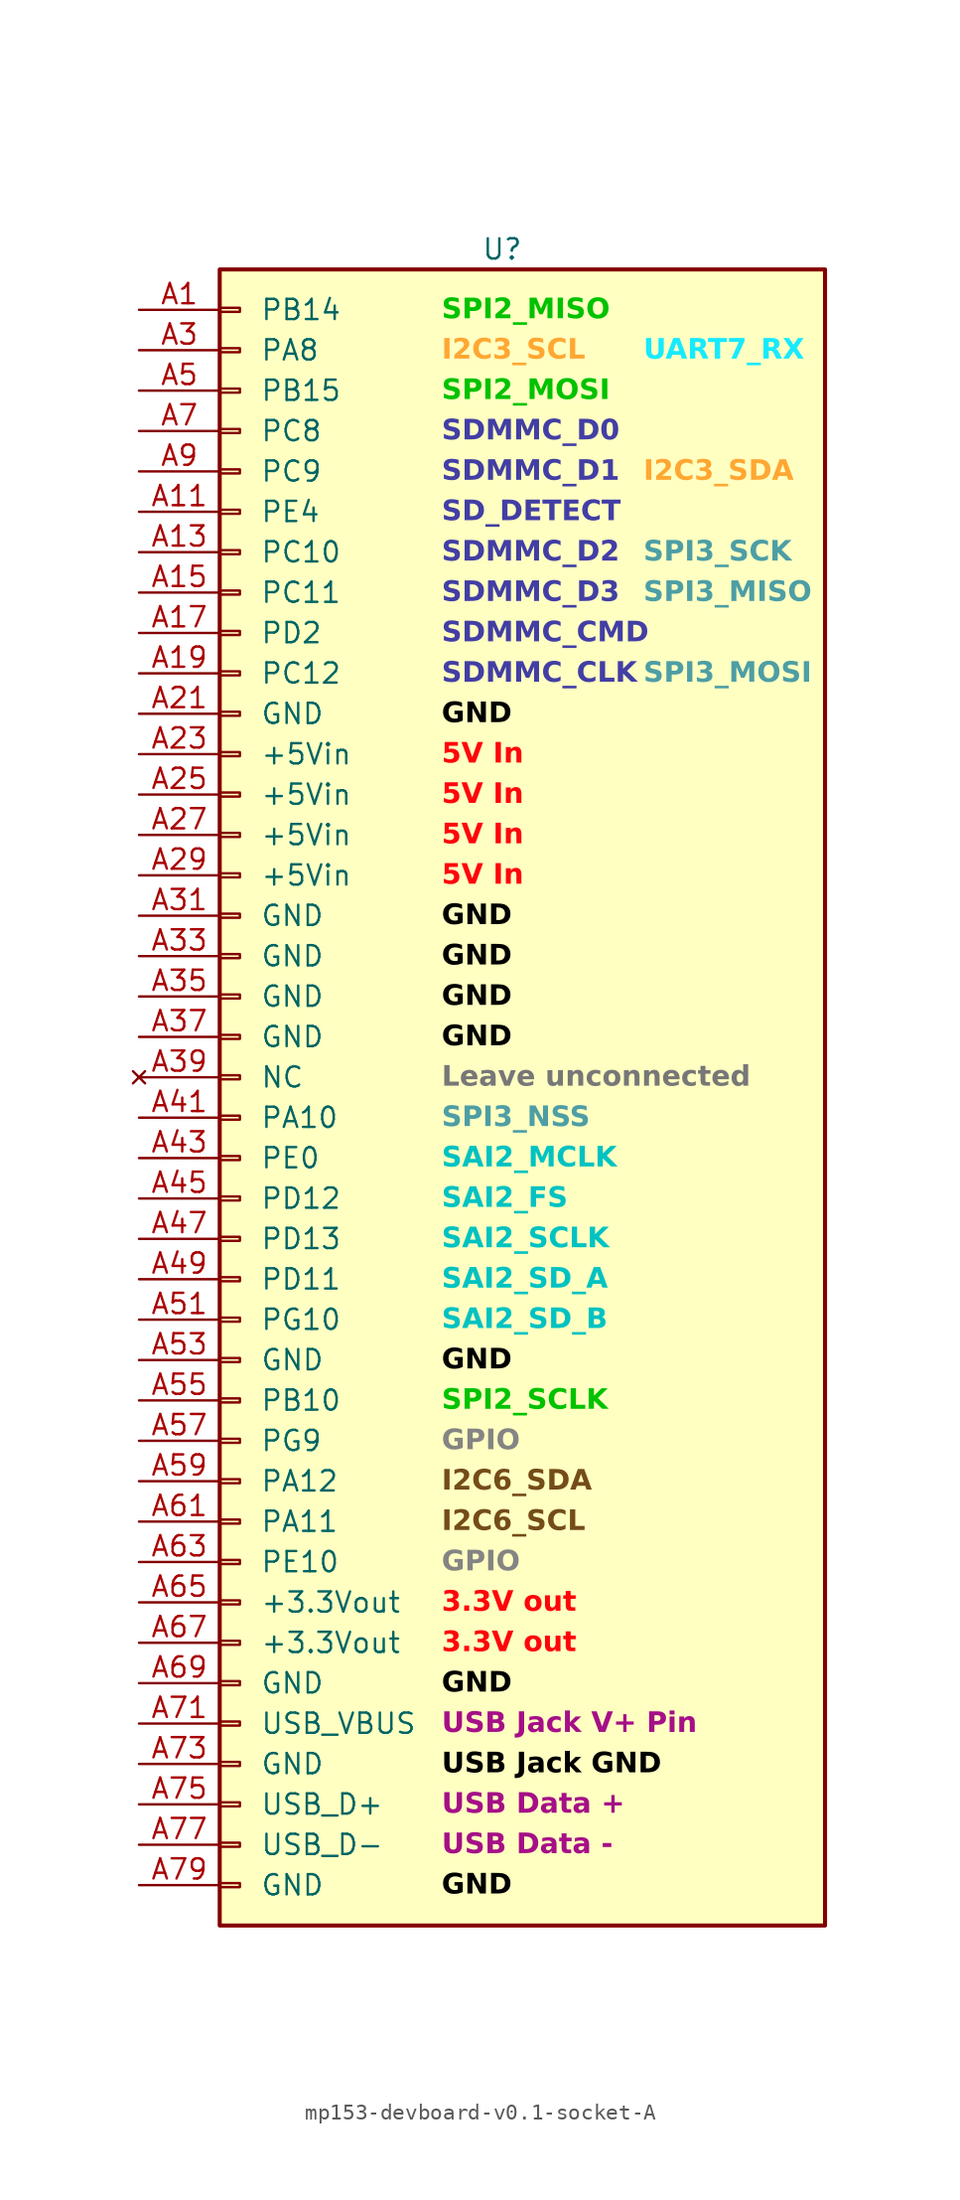
<source format=kicad_sym>
(kicad_symbol_lib
  (version 20241209)
  (generator "kicad_symbol_editor")
  (generator_version "9.0")
  (symbol "mp153-devboard-v0.1-socket-A"
    (pin_names
      (offset 2.54))
    (property "Reference" "U"
      (at -1.27 53.34 0)
      (effects (font (size 1.27 1.27))))
    (property "Value" ""
      (at 0 0 0)
      (effects (font (size 1.27 1.27))))
    (symbol "mp153-devboard-v0.1-socket-A_1_1"
      (rectangle (start -19.05 52.07) (end 19.05 -52.07) (stroke (width 0.254) (type default)) (fill (type background)))
      (rectangle (start -19.05 49.657) (end -17.78 49.403) (stroke (width 0.152) (type default)) (fill (type none)))
      (rectangle (start -19.05 47.117) (end -17.78 46.863) (stroke (width 0.152) (type default)) (fill (type none)))
      (rectangle (start -19.05 44.577) (end -17.78 44.323) (stroke (width 0.152) (type default)) (fill (type none)))
      (rectangle (start -19.05 42.037) (end -17.78 41.783) (stroke (width 0.152) (type default)) (fill (type none)))
      (rectangle (start -19.05 39.497) (end -17.78 39.243) (stroke (width 0.152) (type default)) (fill (type none)))
      (rectangle (start -19.05 36.957) (end -17.78 36.703) (stroke (width 0.152) (type default)) (fill (type none)))
      (rectangle (start -19.05 34.417) (end -17.78 34.163) (stroke (width 0.152) (type default)) (fill (type none)))
      (rectangle (start -19.05 31.877) (end -17.78 31.623) (stroke (width 0.152) (type default)) (fill (type none)))
      (rectangle (start -19.05 29.337) (end -17.78 29.083) (stroke (width 0.152) (type default)) (fill (type none)))
      (rectangle (start -19.05 26.797) (end -17.78 26.543) (stroke (width 0.152) (type default)) (fill (type none)))
      (rectangle (start -19.05 24.257) (end -17.78 24.003) (stroke (width 0.152) (type default)) (fill (type none)))
      (rectangle (start -19.05 21.717) (end -17.78 21.463) (stroke (width 0.152) (type default)) (fill (type none)))
      (rectangle (start -19.05 19.177) (end -17.78 18.923) (stroke (width 0.152) (type default)) (fill (type none)))
      (rectangle (start -19.05 16.637) (end -17.78 16.383) (stroke (width 0.152) (type default)) (fill (type none)))
      (rectangle (start -19.05 14.097) (end -17.78 13.843) (stroke (width 0.152) (type default)) (fill (type none)))
      (rectangle (start -19.05 11.557) (end -17.78 11.303) (stroke (width 0.152) (type default)) (fill (type none)))
      (rectangle (start -19.05 9.017) (end -17.78 8.763) (stroke (width 0.152) (type default)) (fill (type none)))
      (rectangle (start -19.05 6.477) (end -17.78 6.223) (stroke (width 0.152) (type default)) (fill (type none)))
      (rectangle (start -19.05 3.937) (end -17.78 3.683) (stroke (width 0.152) (type default)) (fill (type none)))
      (rectangle (start -19.05 1.397) (end -17.78 1.143) (stroke (width 0.152) (type default)) (fill (type none)))
      (rectangle (start -19.05 -1.143) (end -17.78 -1.397) (stroke (width 0.152) (type default)) (fill (type none)))
      (rectangle (start -19.05 -3.683) (end -17.78 -3.937) (stroke (width 0.152) (type default)) (fill (type none)))
      (rectangle (start -19.05 -6.223) (end -17.78 -6.477) (stroke (width 0.152) (type default)) (fill (type none)))
      (rectangle (start -19.05 -8.763) (end -17.78 -9.017) (stroke (width 0.152) (type default)) (fill (type none)))
      (rectangle (start -19.05 -11.303) (end -17.78 -11.557) (stroke (width 0.152) (type default)) (fill (type none)))
      (rectangle (start -19.05 -13.843) (end -17.78 -14.097) (stroke (width 0.152) (type default)) (fill (type none)))
      (rectangle (start -19.05 -16.383) (end -17.78 -16.637) (stroke (width 0.152) (type default)) (fill (type none)))
      (rectangle (start -19.05 -18.923) (end -17.78 -19.177) (stroke (width 0.152) (type default)) (fill (type none)))
      (rectangle (start -19.05 -21.463) (end -17.78 -21.717) (stroke (width 0.152) (type default)) (fill (type none)))
      (rectangle (start -19.05 -24.003) (end -17.78 -24.257) (stroke (width 0.152) (type default)) (fill (type none)))
      (rectangle (start -19.05 -26.543) (end -17.78 -26.797) (stroke (width 0.152) (type default)) (fill (type none)))
      (rectangle (start -19.05 -29.083) (end -17.78 -29.337) (stroke (width 0.152) (type default)) (fill (type none)))
      (rectangle (start -19.05 -31.623) (end -17.78 -31.877) (stroke (width 0.152) (type default)) (fill (type none)))
      (rectangle (start -19.05 -34.163) (end -17.78 -34.417) (stroke (width 0.152) (type default)) (fill (type none)))
      (rectangle (start -19.05 -36.703) (end -17.78 -36.957) (stroke (width 0.152) (type default)) (fill (type none)))
      (rectangle (start -19.05 -39.243) (end -17.78 -39.497) (stroke (width 0.152) (type default)) (fill (type none)))
      (rectangle (start -19.05 -41.783) (end -17.78 -42.037) (stroke (width 0.152) (type default)) (fill (type none)))
      (rectangle (start -19.05 -44.323) (end -17.78 -44.577) (stroke (width 0.152) (type default)) (fill (type none)))
      (rectangle (start -19.05 -46.863) (end -17.78 -47.117) (stroke (width 0.152) (type default)) (fill (type none)))
      (rectangle (start -19.05 -49.403) (end -17.78 -49.657) (stroke (width 0.152) (type default)) (fill (type none)))
      (text "SPI2_MISO" (at -5.08 49.53 0) (effects (font (face "Arial") (size 1.27 1.27) (bold yes) (color 0 194 0 1)) (justify left)))
      (text "I2C3_SCL" (at -5.08 46.99 0) (effects (font (face "Arial") (size 1.27 1.27) (bold yes) (color 255 167 50 1)) (justify left)))
      (text "SPI2_MOSI" (at -5.08 44.45 0) (effects (font (face "Arial") (size 1.27 1.27) (bold yes) (color 0 194 0 1)) (justify left)))
      (text "SDMMC_D0" (at -5.08 41.91 0) (effects (font (face "Arial") (size 1.27 1.27) (bold yes) (color 66 62 165 1)) (justify left)))
      (text "SDMMC_D1" (at -5.08 39.37 0) (effects (font (face "Arial") (size 1.27 1.27) (bold yes) (color 66 62 165 1)) (justify left)))
      (text "SD_DETECT" (at -5.08 36.83 0) (effects (font (face "Arial") (size 1.27 1.27) (bold yes) (color 66 62 165 1)) (justify left)))
      (text "SDMMC_D2" (at -5.08 34.29 0) (effects (font (face "Arial") (size 1.27 1.27) (bold yes) (color 66 62 165 1)) (justify left)))
      (text "SDMMC_D3" (at -5.08 31.75 0) (effects (font (face "Arial") (size 1.27 1.27) (bold yes) (color 66 62 165 1)) (justify left)))
      (text "SDMMC_CMD" (at -5.08 29.21 0) (effects (font (face "Arial") (size 1.27 1.27) (bold yes) (color 66 62 165 1)) (justify left)))
      (text "SDMMC_CLK" (at -5.08 26.67 0) (effects (font (face "Arial") (size 1.27 1.27) (bold yes) (color 66 62 165 1)) (justify left)))
      (text "GND" (at -5.08 24.13 0) (effects (font (face "Arial") (size 1.27 1.27) (bold yes) (color 0 0 0 1)) (justify left)))
      (text "5V In" (at -5.08 21.59 0) (effects (font (face "Arial") (size 1.27 1.27) (bold yes) (color 255 4 11 1)) (justify left)))
      (text "5V In" (at -5.08 19.05 0) (effects (font (face "Arial") (size 1.27 1.27) (bold yes) (color 255 4 11 1)) (justify left)))
      (text "5V In" (at -5.08 16.51 0) (effects (font (face "Arial") (size 1.27 1.27) (bold yes) (color 255 4 11 1)) (justify left)))
      (text "5V In" (at -5.08 13.97 0) (effects (font (face "Arial") (size 1.27 1.27) (bold yes) (color 255 4 11 1)) (justify left)))
      (text "GND" (at -5.08 11.43 0) (effects (font (face "Arial") (size 1.27 1.27) (bold yes) (color 0 0 0 1)) (justify left)))
      (text "GND" (at -5.08 8.89 0) (effects (font (face "Arial") (size 1.27 1.27) (bold yes) (color 0 0 0 1)) (justify left)))
      (text "GND" (at -5.08 6.35 0) (effects (font (face "Arial") (size 1.27 1.27) (bold yes) (color 0 0 0 1)) (justify left)))
      (text "GND" (at -5.08 3.81 0) (effects (font (face "Arial") (size 1.27 1.27) (bold yes) (color 0 0 0 1)) (justify left)))
      (text "Leave unconnected" (at -5.08 1.27 0) (effects (font (face "Arial") (size 1.27 1.27) (bold yes) (color 119 119 119 1)) (justify left)))
      (text "SPI3_NSS" (at -5.08 -1.27 0) (effects (font (face "Arial") (size 1.27 1.27) (bold yes) (color 77 158 165 1)) (justify left)))
      (text "SAI2_MCLK" (at -5.08 -3.81 0) (effects (font (face "Arial") (size 1.27 1.27) (bold yes) (color 0 194 194 1)) (justify left)))
      (text "SAI2_FS" (at -5.08 -6.35 0) (effects (font (face "Arial") (size 1.27 1.27) (bold yes) (color 0 194 194 1)) (justify left)))
      (text "SAI2_SCLK" (at -5.08 -8.89 0) (effects (font (face "Arial") (size 1.27 1.27) (bold yes) (color 0 194 194 1)) (justify left)))
      (text "SAI2_SD_A" (at -5.08 -11.43 0) (effects (font (face "Arial") (size 1.27 1.27) (bold yes) (color 0 194 194 1)) (justify left)))
      (text "SAI2_SD_B" (at -5.08 -13.97 0) (effects (font (face "Arial") (size 1.27 1.27) (bold yes) (color 0 194 194 1)) (justify left)))
      (text "GND" (at -5.08 -16.51 0) (effects (font (face "Arial") (size 1.27 1.27) (bold yes) (color 0 0 0 1)) (justify left)))
      (text "SPI2_SCLK" (at -5.08 -19.05 0) (effects (font (face "Arial") (size 1.27 1.27) (bold yes) (color 0 194 0 1)) (justify left)))
      (text "GPIO" (at -5.08 -21.59 0) (effects (font (face "Arial") (size 1.27 1.27) (bold yes) (color 132 132 132 1)) (justify left)))
      (text "I2C6_SDA" (at -5.08 -24.13 0) (effects (font (face "Arial") (size 1.27 1.27) (bold yes) (color 116 76 23 1)) (justify left)))
      (text "I2C6_SCL" (at -5.08 -26.67 0) (effects (font (face "Arial") (size 1.27 1.27) (bold yes) (color 116 76 23 1)) (justify left)))
      (text "GPIO" (at -5.08 -29.21 0) (effects (font (face "Arial") (size 1.27 1.27) (bold yes) (color 132 132 132 1)) (justify left)))
      (text "3.3V out" (at -5.08 -31.75 0) (effects (font (face "Arial") (size 1.27 1.27) (bold yes) (color 255 4 11 1)) (justify left)))
      (text "3.3V out" (at -5.08 -34.29 0) (effects (font (face "Arial") (size 1.27 1.27) (bold yes) (color 255 4 11 1)) (justify left)))
      (text "GND" (at -5.08 -36.83 0) (effects (font (face "Arial") (size 1.27 1.27) (bold yes) (color 0 0 0 1)) (justify left)))
      (text "USB Jack V+ Pin" (at -5.08 -39.37 0) (effects (font (face "Arial") (size 1.27 1.27) (bold yes) (color 165 15 135 1)) (justify left)))
      (text "USB Jack GND" (at -5.08 -41.91 0) (effects (font (face "Arial") (size 1.27 1.27) (bold yes) (color 0 0 0 1)) (justify left)))
      (text "USB Data +" (at -5.08 -44.45 0) (effects (font (face "Arial") (size 1.27 1.27) (bold yes) (color 165 15 135 1)) (justify left)))
      (text "USB Data -" (at -5.08 -46.99 0) (effects (font (face "Arial") (size 1.27 1.27) (bold yes) (color 165 15 135 1)) (justify left)))
      (text "GND" (at -5.08 -49.53 0) (effects (font (face "Arial") (size 1.27 1.27) (bold yes) (color 0 0 0 1)) (justify left)))
      (text "UART7_RX" (at 7.62 46.99 0) (effects (font (face "Arial") (size 1.27 1.27) (bold yes) (color 23 234 255 1)) (justify left)))
      (text "I2C3_SDA" (at 7.62 39.37 0) (effects (font (face "Arial") (size 1.27 1.27) (bold yes) (color 255 167 50 1)) (justify left)))
      (text "SPI3_SCK" (at 7.62 34.29 0) (effects (font (face "Arial") (size 1.27 1.27) (bold yes) (color 77 158 165 1)) (justify left)))
      (text "SPI3_MISO" (at 7.62 31.75 0) (effects (font (face "Arial") (size 1.27 1.27) (bold yes) (color 77 158 165 1)) (justify left)))
      (text "SPI3_MOSI" (at 7.62 26.67 0) (effects (font (face "Arial") (size 1.27 1.27) (bold yes) (color 77 158 165 1)) (justify left)))
      (pin passive line (at -24.13 49.53 0) (length 5.08) (name "PB14" (effects (font (size 1.27 1.27)))) (number "A1" (effects (font (size 1.27 1.27)))))
      (pin passive line (at -24.13 46.99 0) (length 5.08) (name "PA8" (effects (font (size 1.27 1.27)))) (number "A3" (effects (font (size 1.27 1.27)))))
      (pin passive line (at -24.13 44.45 0) (length 5.08) (name "PB15" (effects (font (size 1.27 1.27)))) (number "A5" (effects (font (size 1.27 1.27)))))
      (pin passive line (at -24.13 41.91 0) (length 5.08) (name "PC8" (effects (font (size 1.27 1.27)))) (number "A7" (effects (font (size 1.27 1.27)))))
      (pin passive line (at -24.13 39.37 0) (length 5.08) (name "PC9" (effects (font (size 1.27 1.27)))) (number "A9" (effects (font (size 1.27 1.27)))))
      (pin passive line (at -24.13 36.83 0) (length 5.08) (name "PE4" (effects (font (size 1.27 1.27)))) (number "A11" (effects (font (size 1.27 1.27)))))
      (pin passive line (at -24.13 34.29 0) (length 5.08) (name "PC10" (effects (font (size 1.27 1.27)))) (number "A13" (effects (font (size 1.27 1.27)))))
      (pin passive line (at -24.13 31.75 0) (length 5.08) (name "PC11" (effects (font (size 1.27 1.27)))) (number "A15" (effects (font (size 1.27 1.27)))))
      (pin passive line (at -24.13 29.21 0) (length 5.08) (name "PD2" (effects (font (size 1.27 1.27)))) (number "A17" (effects (font (size 1.27 1.27)))))
      (pin passive line (at -24.13 26.67 0) (length 5.08) (name "PC12" (effects (font (size 1.27 1.27)))) (number "A19" (effects (font (size 1.27 1.27)))))
      (pin passive line (at -24.13 24.13 0) (length 5.08) (name "GND" (effects (font (size 1.27 1.27)))) (number "A21" (effects (font (size 1.27 1.27)))))
      (pin passive line (at -24.13 21.59 0) (length 5.08) (name "+5Vin" (effects (font (size 1.27 1.27)))) (number "A23" (effects (font (size 1.27 1.27)))))
      (pin passive line (at -24.13 19.05 0) (length 5.08) (name "+5Vin" (effects (font (size 1.27 1.27)))) (number "A25" (effects (font (size 1.27 1.27)))))
      (pin passive line (at -24.13 16.51 0) (length 5.08) (name "+5Vin" (effects (font (size 1.27 1.27)))) (number "A27" (effects (font (size 1.27 1.27)))))
      (pin passive line (at -24.13 13.97 0) (length 5.08) (name "+5Vin" (effects (font (size 1.27 1.27)))) (number "A29" (effects (font (size 1.27 1.27)))))
      (pin passive line (at -24.13 11.43 0) (length 5.08) (name "GND" (effects (font (size 1.27 1.27)))) (number "A31" (effects (font (size 1.27 1.27)))))
      (pin passive line (at -24.13 8.89 0) (length 5.08) (name "GND" (effects (font (size 1.27 1.27)))) (number "A33" (effects (font (size 1.27 1.27)))))
      (pin passive line (at -24.13 6.35 0) (length 5.08) (name "GND" (effects (font (size 1.27 1.27)))) (number "A35" (effects (font (size 1.27 1.27)))))
      (pin passive line (at -24.13 3.81 0) (length 5.08) (name "GND" (effects (font (size 1.27 1.27)))) (number "A37" (effects (font (size 1.27 1.27)))))
      (pin no_connect line (at -24.13 1.27 0) (length 5.08) (name "NC" (effects (font (size 1.27 1.27)))) (number "A39" (effects (font (size 1.27 1.27)))))
      (pin passive line (at -24.13 -1.27 0) (length 5.08) (name "PA10" (effects (font (size 1.27 1.27)))) (number "A41" (effects (font (size 1.27 1.27)))))
      (pin passive line (at -24.13 -3.81 0) (length 5.08) (name "PE0" (effects (font (size 1.27 1.27)))) (number "A43" (effects (font (size 1.27 1.27)))))
      (pin passive line (at -24.13 -6.35 0) (length 5.08) (name "PD12" (effects (font (size 1.27 1.27)))) (number "A45" (effects (font (size 1.27 1.27)))))
      (pin passive line (at -24.13 -8.89 0) (length 5.08) (name "PD13" (effects (font (size 1.27 1.27)))) (number "A47" (effects (font (size 1.27 1.27)))))
      (pin passive line (at -24.13 -11.43 0) (length 5.08) (name "PD11" (effects (font (size 1.27 1.27)))) (number "A49" (effects (font (size 1.27 1.27)))))
      (pin passive line (at -24.13 -13.97 0) (length 5.08) (name "PG10" (effects (font (size 1.27 1.27)))) (number "A51" (effects (font (size 1.27 1.27)))))
      (pin passive line (at -24.13 -16.51 0) (length 5.08) (name "GND" (effects (font (size 1.27 1.27)))) (number "A53" (effects (font (size 1.27 1.27)))))
      (pin passive line (at -24.13 -19.05 0) (length 5.08) (name "PB10" (effects (font (size 1.27 1.27)))) (number "A55" (effects (font (size 1.27 1.27)))))
      (pin passive line (at -24.13 -21.59 0) (length 5.08) (name "PG9" (effects (font (size 1.27 1.27)))) (number "A57" (effects (font (size 1.27 1.27)))))
      (pin passive line (at -24.13 -24.13 0) (length 5.08) (name "PA12" (effects (font (size 1.27 1.27)))) (number "A59" (effects (font (size 1.27 1.27)))))
      (pin passive line (at -24.13 -26.67 0) (length 5.08) (name "PA11" (effects (font (size 1.27 1.27)))) (number "A61" (effects (font (size 1.27 1.27)))))
      (pin passive line (at -24.13 -29.21 0) (length 5.08) (name "PE10" (effects (font (size 1.27 1.27)))) (number "A63" (effects (font (size 1.27 1.27)))))
      (pin passive line (at -24.13 -31.75 0) (length 5.08) (name "+3.3Vout" (effects (font (size 1.27 1.27)))) (number "A65" (effects (font (size 1.27 1.27)))))
      (pin passive line (at -24.13 -34.29 0) (length 5.08) (name "+3.3Vout" (effects (font (size 1.27 1.27)))) (number "A67" (effects (font (size 1.27 1.27)))))
      (pin passive line (at -24.13 -36.83 0) (length 5.08) (name "GND" (effects (font (size 1.27 1.27)))) (number "A69" (effects (font (size 1.27 1.27)))))
      (pin passive line (at -24.13 -39.37 0) (length 5.08) (name "USB_VBUS" (effects (font (size 1.27 1.27)))) (number "A71" (effects (font (size 1.27 1.27)))))
      (pin passive line (at -24.13 -41.91 0) (length 5.08) (name "GND" (effects (font (size 1.27 1.27)))) (number "A73" (effects (font (size 1.27 1.27)))))
      (pin passive line (at -24.13 -44.45 0) (length 5.08) (name "USB_D+" (effects (font (size 1.27 1.27)))) (number "A75" (effects (font (size 1.27 1.27)))))
      (pin passive line (at -24.13 -46.99 0) (length 5.08) (name "USB_D-" (effects (font (size 1.27 1.27)))) (number "A77" (effects (font (size 1.27 1.27)))))
      (pin passive line (at -24.13 -49.53 0) (length 5.08) (name "GND" (effects (font (size 1.27 1.27)))) (number "A79" (effects (font (size 1.27 1.27))))))))
</source>
